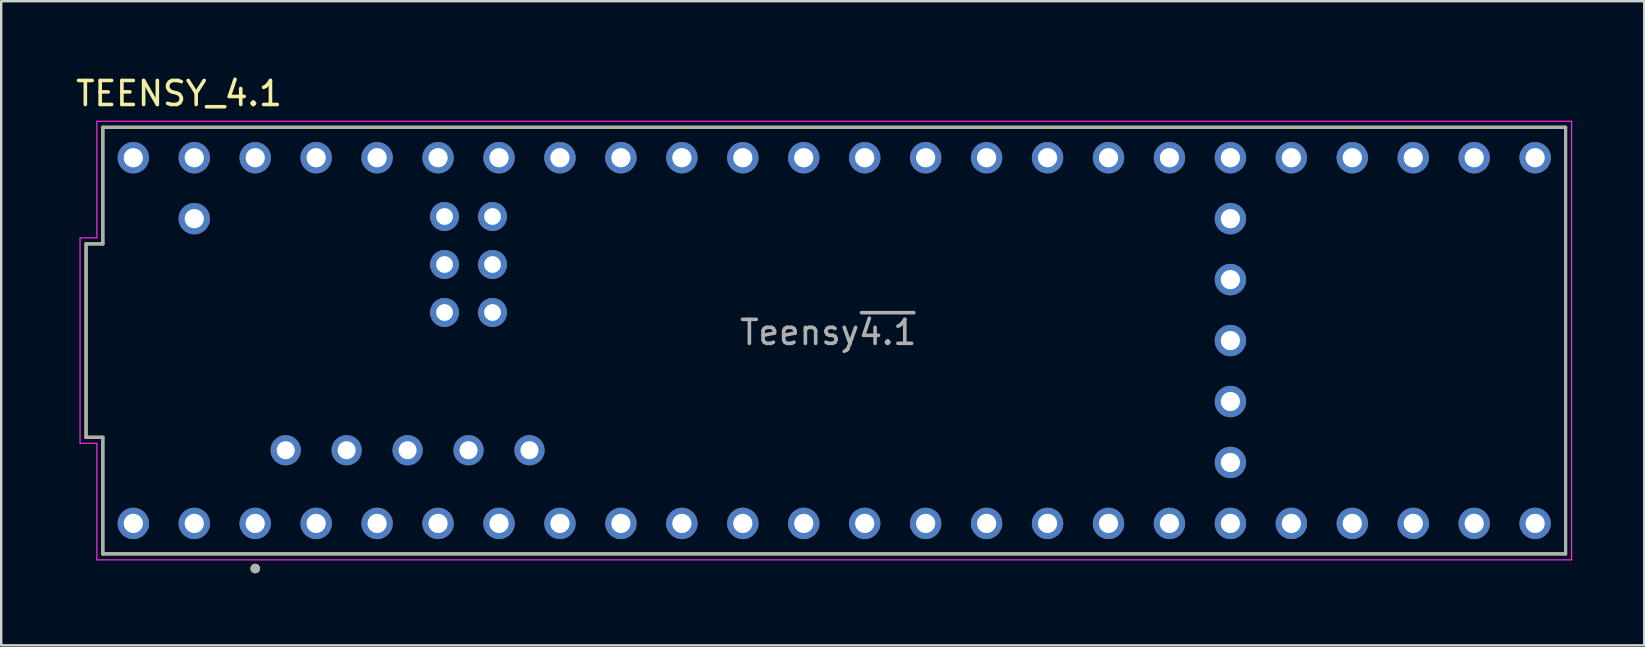
<source format=kicad_pcb>
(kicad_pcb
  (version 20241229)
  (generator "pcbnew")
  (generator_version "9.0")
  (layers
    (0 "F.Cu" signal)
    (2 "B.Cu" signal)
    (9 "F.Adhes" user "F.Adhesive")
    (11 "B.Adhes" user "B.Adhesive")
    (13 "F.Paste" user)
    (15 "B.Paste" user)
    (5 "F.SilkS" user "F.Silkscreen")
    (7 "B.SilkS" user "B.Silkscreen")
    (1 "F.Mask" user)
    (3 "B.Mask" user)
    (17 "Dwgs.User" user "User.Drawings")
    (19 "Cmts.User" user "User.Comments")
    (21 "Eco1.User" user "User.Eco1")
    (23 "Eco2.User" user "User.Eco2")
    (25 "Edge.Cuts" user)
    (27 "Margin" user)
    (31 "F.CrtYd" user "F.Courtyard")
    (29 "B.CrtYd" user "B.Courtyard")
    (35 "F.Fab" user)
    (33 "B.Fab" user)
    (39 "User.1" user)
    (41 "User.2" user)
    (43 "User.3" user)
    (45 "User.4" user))
  (footprint "TEENSY_4.1"
    (layer "F.Cu")
    (at 31.716 11.143)
    (property "Reference" "TEENSY_4.1" (at -27.305 -10.295 0) (layer "F.SilkS") (effects (font (size 1 1) (thickness 0.15))))
    (attr through_hole)
    (fp_line (start -31.18 4.03) (end -31.18 -4.03) (stroke (width 0.127) (type solid)) (layer "F.SilkS"))
    (fp_line (start -30.48 -8.89) (end -30.48 -4.03) (stroke (width 0.127) (type solid)) (layer "F.SilkS"))
    (fp_line (start -30.48 -8.89) (end 30.48 -8.89) (stroke (width 0.127) (type solid)) (layer "F.SilkS"))
    (fp_line (start -30.48 -4.03) (end -31.18 -4.03) (stroke (width 0.127) (type solid)) (layer "F.SilkS"))
    (fp_line (start -30.48 4.03) (end -31.18 4.03) (stroke (width 0.127) (type solid)) (layer "F.SilkS"))
    (fp_line (start -30.48 8.89) (end -30.48 4.03) (stroke (width 0.127) (type solid)) (layer "F.SilkS"))
    (fp_line (start 30.48 -8.89) (end 30.48 8.89) (stroke (width 0.127) (type solid)) (layer "F.SilkS"))
    (fp_line (start 30.48 8.89) (end -30.48 8.89) (stroke (width 0.127) (type solid)) (layer "F.SilkS"))
    (fp_circle (center -24.13 9.5) (end -24.03 9.5) (stroke (width 0.2) (type solid)) (fill no) (layer "F.SilkS"))
    (fp_line (start -31.43 4.28) (end -31.43 -4.28) (stroke (width 0.05) (type solid)) (layer "F.CrtYd"))
    (fp_line (start -30.73 -9.14) (end -30.73 -4.28) (stroke (width 0.05) (type solid)) (layer "F.CrtYd"))
    (fp_line (start -30.73 -9.14) (end 30.73 -9.14) (stroke (width 0.05) (type solid)) (layer "F.CrtYd"))
    (fp_line (start -30.73 -4.28) (end -31.43 -4.28) (stroke (width 0.05) (type solid)) (layer "F.CrtYd"))
    (fp_line (start -30.73 4.28) (end -31.43 4.28) (stroke (width 0.05) (type solid)) (layer "F.CrtYd"))
    (fp_line (start -30.73 9.14) (end -30.73 4.28) (stroke (width 0.05) (type solid)) (layer "F.CrtYd"))
    (fp_line (start 30.73 -9.14) (end 30.73 9.14) (stroke (width 0.05) (type solid)) (layer "F.CrtYd"))
    (fp_line (start 30.73 9.14) (end -30.73 9.14) (stroke (width 0.05) (type solid)) (layer "F.CrtYd"))
    (fp_line (start -31.18 4.03) (end -31.18 -4.03) (stroke (width 0.127) (type solid)) (layer "F.Fab"))
    (fp_line (start -30.48 -8.89) (end -30.48 -4.03) (stroke (width 0.127) (type solid)) (layer "F.Fab"))
    (fp_line (start -30.48 -8.89) (end 30.48 -8.89) (stroke (width 0.127) (type solid)) (layer "F.Fab"))
    (fp_line (start -30.48 -4.03) (end -31.18 -4.03) (stroke (width 0.127) (type solid)) (layer "F.Fab"))
    (fp_line (start -30.48 4.03) (end -31.18 4.03) (stroke (width 0.127) (type solid)) (layer "F.Fab"))
    (fp_line (start -30.48 8.89) (end -30.48 4.03) (stroke (width 0.127) (type solid)) (layer "F.Fab"))
    (fp_line (start 30.48 -8.89) (end 30.48 8.89) (stroke (width 0.127) (type solid)) (layer "F.Fab"))
    (fp_line (start 30.48 8.89) (end -30.48 8.89) (stroke (width 0.127) (type solid)) (layer "F.Fab"))
    (fp_circle (center -24.13 9.5) (end -24.03 9.5) (stroke (width 0.2) (type solid)) (fill no) (layer "F.Fab"))
    (fp_text user "Teensy~{4.1}" (at -0.25 -0.34 0) (layer "F.Fab") (effects (font (size 1 1) (thickness 0.15))))
    (pad "0" thru_hole circle (at -26.67 7.62) (size 1.308 1.308) (drill 0.8) (layers "*.Cu" "*.Mask"))
    (pad "1" thru_hole circle (at -24.13 7.62) (size 1.308 1.308) (drill 0.8) (layers "*.Cu" "*.Mask"))
    (pad "2" thru_hole circle (at -21.59 7.62) (size 1.308 1.308) (drill 0.8) (layers "*.Cu" "*.Mask"))
    (pad "3" thru_hole circle (at -19.05 7.62) (size 1.308 1.308) (drill 0.8) (layers "*.Cu" "*.Mask"))
    (pad "3.3V_1" thru_hole circle (at 6.35 7.62) (size 1.308 1.308) (drill 0.8) (layers "*.Cu" "*.Mask"))
    (pad "3.3V_2" thru_hole circle (at -24.13 -7.62) (size 1.308 1.308) (drill 0.8) (layers "*.Cu" "*.Mask"))
    (pad "3.3V_3" thru_hole circle (at 16.51 2.54) (size 1.308 1.308) (drill 0.8) (layers "*.Cu" "*.Mask"))
    (pad "4" thru_hole circle (at -16.51 7.62) (size 1.308 1.308) (drill 0.8) (layers "*.Cu" "*.Mask"))
    (pad "5" thru_hole circle (at -13.97 7.62) (size 1.308 1.308) (drill 0.8) (layers "*.Cu" "*.Mask"))
    (pad "5V" thru_hole circle (at -22.86 4.57) (size 1.258 1.258) (drill 0.75) (layers "*.Cu" "*.Mask"))
    (pad "6" thru_hole circle (at -11.43 7.62) (size 1.308 1.308) (drill 0.8) (layers "*.Cu" "*.Mask"))
    (pad "7" thru_hole circle (at -8.89 7.62) (size 1.308 1.308) (drill 0.8) (layers "*.Cu" "*.Mask"))
    (pad "8" thru_hole circle (at -6.35 7.62) (size 1.308 1.308) (drill 0.8) (layers "*.Cu" "*.Mask"))
    (pad "9" thru_hole circle (at -3.81 7.62) (size 1.308 1.308) (drill 0.8) (layers "*.Cu" "*.Mask"))
    (pad "10" thru_hole circle (at -1.27 7.62) (size 1.308 1.308) (drill 0.8) (layers "*.Cu" "*.Mask"))
    (pad "11" thru_hole circle (at 1.27 7.62) (size 1.308 1.308) (drill 0.8) (layers "*.Cu" "*.Mask"))
    (pad "12" thru_hole circle (at 3.81 7.62) (size 1.308 1.308) (drill 0.8) (layers "*.Cu" "*.Mask"))
    (pad "13" thru_hole circle (at 3.81 -7.62) (size 1.308 1.308) (drill 0.8) (layers "*.Cu" "*.Mask"))
    (pad "14" thru_hole circle (at 1.27 -7.62) (size 1.308 1.308) (drill 0.8) (layers "*.Cu" "*.Mask"))
    (pad "15" thru_hole circle (at -1.27 -7.62) (size 1.308 1.308) (drill 0.8) (layers "*.Cu" "*.Mask"))
    (pad "16" thru_hole circle (at -3.81 -7.62) (size 1.308 1.308) (drill 0.8) (layers "*.Cu" "*.Mask"))
    (pad "17" thru_hole circle (at -6.35 -7.62) (size 1.308 1.308) (drill 0.8) (layers "*.Cu" "*.Mask"))
    (pad "18" thru_hole circle (at -8.89 -7.62) (size 1.308 1.308) (drill 0.8) (layers "*.Cu" "*.Mask"))
    (pad "19" thru_hole circle (at -11.43 -7.62) (size 1.308 1.308) (drill 0.8) (layers "*.Cu" "*.Mask"))
    (pad "20" thru_hole circle (at -13.97 -7.62) (size 1.308 1.308) (drill 0.8) (layers "*.Cu" "*.Mask"))
    (pad "21" thru_hole circle (at -16.51 -7.62) (size 1.308 1.308) (drill 0.8) (layers "*.Cu" "*.Mask"))
    (pad "22" thru_hole circle (at -19.05 -7.62) (size 1.308 1.308) (drill 0.8) (layers "*.Cu" "*.Mask"))
    (pad "23" thru_hole circle (at -21.59 -7.62) (size 1.308 1.308) (drill 0.8) (layers "*.Cu" "*.Mask"))
    (pad "24" thru_hole circle (at 8.89 7.62) (size 1.308 1.308) (drill 0.8) (layers "*.Cu" "*.Mask"))
    (pad "25" thru_hole circle (at 11.43 7.62) (size 1.308 1.308) (drill 0.8) (layers "*.Cu" "*.Mask"))
    (pad "26" thru_hole circle (at 13.97 7.62) (size 1.308 1.308) (drill 0.8) (layers "*.Cu" "*.Mask"))
    (pad "27" thru_hole circle (at 16.51 7.62) (size 1.308 1.308) (drill 0.8) (layers "*.Cu" "*.Mask"))
    (pad "28" thru_hole circle (at 19.05 7.62) (size 1.308 1.308) (drill 0.8) (layers "*.Cu" "*.Mask"))
    (pad "29" thru_hole circle (at 21.59 7.62) (size 1.308 1.308) (drill 0.8) (layers "*.Cu" "*.Mask"))
    (pad "30" thru_hole circle (at 24.13 7.62) (size 1.308 1.308) (drill 0.8) (layers "*.Cu" "*.Mask"))
    (pad "31" thru_hole circle (at 26.67 7.62) (size 1.308 1.308) (drill 0.8) (layers "*.Cu" "*.Mask"))
    (pad "32" thru_hole circle (at 29.21 7.62) (size 1.308 1.308) (drill 0.8) (layers "*.Cu" "*.Mask"))
    (pad "33" thru_hole circle (at 29.21 -7.62) (size 1.308 1.308) (drill 0.8) (layers "*.Cu" "*.Mask"))
    (pad "34" thru_hole circle (at 26.67 -7.62) (size 1.308 1.308) (drill 0.8) (layers "*.Cu" "*.Mask"))
    (pad "35" thru_hole circle (at 24.13 -7.62) (size 1.308 1.308) (drill 0.8) (layers "*.Cu" "*.Mask"))
    (pad "36" thru_hole circle (at 21.59 -7.62) (size 1.308 1.308) (drill 0.8) (layers "*.Cu" "*.Mask"))
    (pad "37" thru_hole circle (at 19.05 -7.62) (size 1.308 1.308) (drill 0.8) (layers "*.Cu" "*.Mask"))
    (pad "38" thru_hole circle (at 16.51 -7.62) (size 1.308 1.308) (drill 0.8) (layers "*.Cu" "*.Mask"))
    (pad "39" thru_hole circle (at 13.97 -7.62) (size 1.308 1.308) (drill 0.8) (layers "*.Cu" "*.Mask"))
    (pad "40" thru_hole circle (at 11.43 -7.62) (size 1.308 1.308) (drill 0.8) (layers "*.Cu" "*.Mask"))
    (pad "41" thru_hole circle (at 8.89 -7.62) (size 1.308 1.308) (drill 0.8) (layers "*.Cu" "*.Mask"))
    (pad "D+" thru_hole circle (at -17.78 4.57) (size 1.258 1.258) (drill 0.75) (layers "*.Cu" "*.Mask"))
    (pad "D-" thru_hole circle (at -20.32 4.57) (size 1.258 1.258) (drill 0.75) (layers "*.Cu" "*.Mask"))
    (pad "GND1" thru_hole circle (at -29.21 7.62) (size 1.308 1.308) (drill 0.8) (layers "*.Cu" "*.Mask"))
    (pad "GND2" thru_hole circle (at 6.35 -7.62) (size 1.308 1.308) (drill 0.8) (layers "*.Cu" "*.Mask"))
    (pad "GND3" thru_hole circle (at -26.67 -7.62) (size 1.308 1.308) (drill 0.8) (layers "*.Cu" "*.Mask"))
    (pad "GND4" thru_hole circle (at 16.51 0) (size 1.308 1.308) (drill 0.8) (layers "*.Cu" "*.Mask"))
    (pad "GND5" thru_hole circle (at -14.24 -3.17) (size 1.208 1.208) (drill 0.7) (layers "*.Cu" "*.Mask"))
    (pad "LED" thru_hole circle (at -16.24 -3.17) (size 1.208 1.208) (drill 0.7) (layers "*.Cu" "*.Mask"))
    (pad "ON/OFF" thru_hole circle (at 16.51 -5.08) (size 1.308 1.308) (drill 0.8) (layers "*.Cu" "*.Mask"))
    (pad "PROGRAM" thru_hole circle (at 16.51 -2.54) (size 1.308 1.308) (drill 0.8) (layers "*.Cu" "*.Mask"))
    (pad "R+" thru_hole circle (at -16.24 -5.17) (size 1.208 1.208) (drill 0.7) (layers "*.Cu" "*.Mask"))
    (pad "R-" thru_hole circle (at -14.24 -5.17) (size 1.208 1.208) (drill 0.7) (layers "*.Cu" "*.Mask"))
    (pad "T+" thru_hole circle (at -14.24 -1.17) (size 1.208 1.208) (drill 0.7) (layers "*.Cu" "*.Mask"))
    (pad "T-" thru_hole circle (at -16.24 -1.17) (size 1.208 1.208) (drill 0.7) (layers "*.Cu" "*.Mask"))
    (pad "USB_GND1" thru_hole circle (at -15.24 4.57) (size 1.258 1.258) (drill 0.75) (layers "*.Cu" "*.Mask"))
    (pad "USB_GND2" thru_hole circle (at -12.7 4.57) (size 1.258 1.258) (drill 0.75) (layers "*.Cu" "*.Mask"))
    (pad "VBAT" thru_hole circle (at 16.51 5.08) (size 1.308 1.308) (drill 0.8) (layers "*.Cu" "*.Mask"))
    (pad "VIN" thru_hole circle (at -29.21 -7.62) (size 1.308 1.308) (drill 0.8) (layers "*.Cu" "*.Mask"))
    (pad "VUSB" thru_hole circle (at -26.67 -5.08) (size 1.308 1.308) (drill 0.8) (layers "*.Cu" "*.Mask")))
  (gr_rect
    (start -3 -3)
    (end 65.471 23.843)
    (stroke (width 0.1) (type default))
    (fill no)
    (layer "Edge.Cuts")))
</source>
